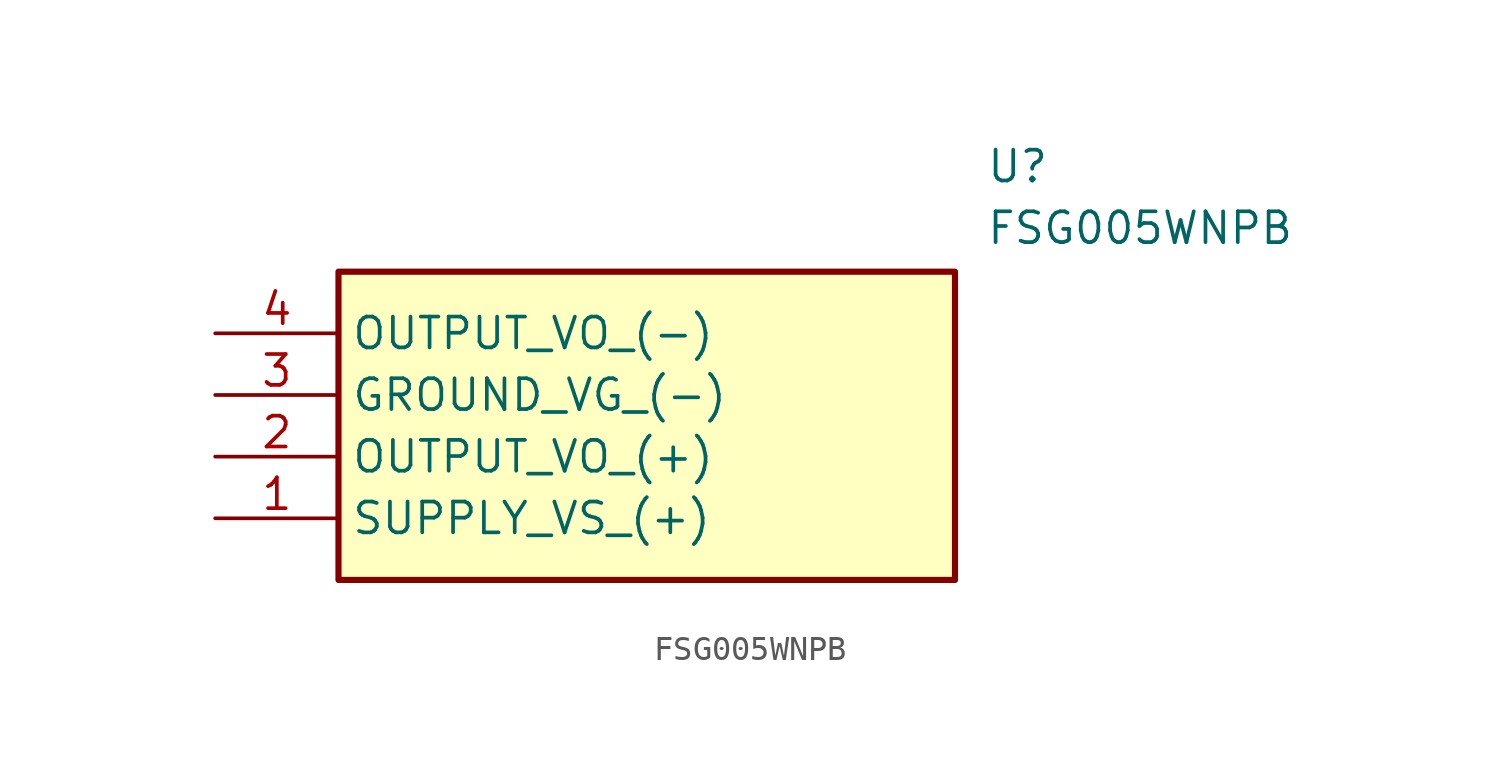
<source format=kicad_sym>
(kicad_symbol_lib
  (version 20211014)
  (generator SamacSys_ECAD_Model)
  (symbol "FSG005WNPB"
    (property "Reference" "U"
      (at 31.75 7.62 0)
      (effects (font (size 1.27 1.27)) (justify left top)))
    (property "Value" "FSG005WNPB"
      (at 31.75 5.08 0)
      (effects (font (size 1.27 1.27)) (justify left top)))
    (rectangle
      (start 5.08 2.54)
      (end 30.48 -10.16)
      (stroke (width 0.254) (type default))
      (fill (type background)))
    (pin passive line
      (at 0 -7.62 0)
      (length 5.08)
      (name "SUPPLY_VS_(+)" (effects (font (size 1.27 1.27))))
      (number "1" (effects (font (size 1.27 1.27)))))
    (pin passive line
      (at 0 -5.08 0)
      (length 5.08)
      (name "OUTPUT_VO_(+)" (effects (font (size 1.27 1.27))))
      (number "2" (effects (font (size 1.27 1.27)))))
    (pin passive line
      (at 0 -2.54 0)
      (length 5.08)
      (name "GROUND_VG_(-)" (effects (font (size 1.27 1.27))))
      (number "3" (effects (font (size 1.27 1.27)))))
    (pin passive line
      (at 0 0 0)
      (length 5.08)
      (name "OUTPUT_VO_(-)" (effects (font (size 1.27 1.27))))
      (number "4" (effects (font (size 1.27 1.27)))))))
</source>
